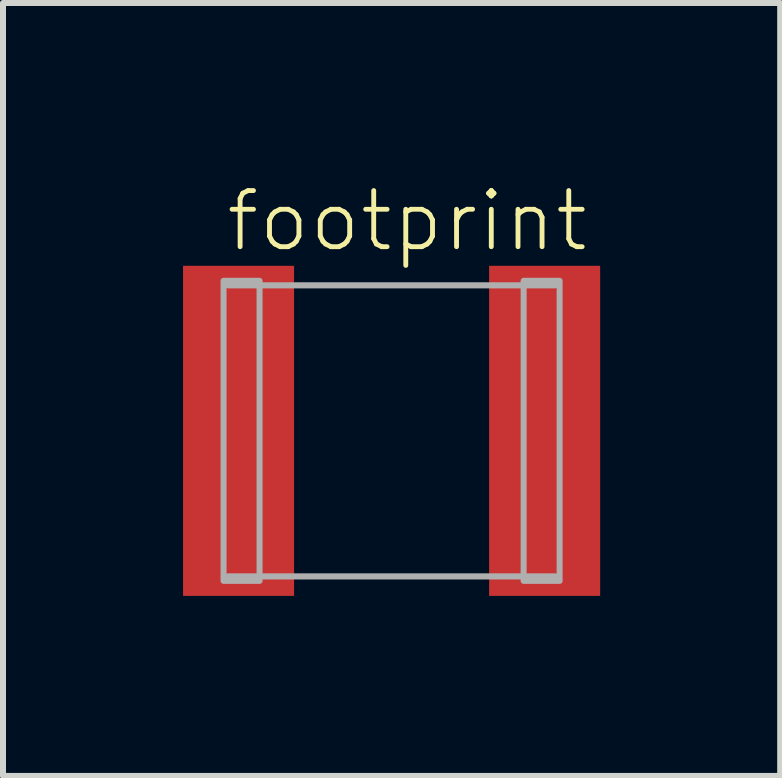
<source format=kicad_pcb>
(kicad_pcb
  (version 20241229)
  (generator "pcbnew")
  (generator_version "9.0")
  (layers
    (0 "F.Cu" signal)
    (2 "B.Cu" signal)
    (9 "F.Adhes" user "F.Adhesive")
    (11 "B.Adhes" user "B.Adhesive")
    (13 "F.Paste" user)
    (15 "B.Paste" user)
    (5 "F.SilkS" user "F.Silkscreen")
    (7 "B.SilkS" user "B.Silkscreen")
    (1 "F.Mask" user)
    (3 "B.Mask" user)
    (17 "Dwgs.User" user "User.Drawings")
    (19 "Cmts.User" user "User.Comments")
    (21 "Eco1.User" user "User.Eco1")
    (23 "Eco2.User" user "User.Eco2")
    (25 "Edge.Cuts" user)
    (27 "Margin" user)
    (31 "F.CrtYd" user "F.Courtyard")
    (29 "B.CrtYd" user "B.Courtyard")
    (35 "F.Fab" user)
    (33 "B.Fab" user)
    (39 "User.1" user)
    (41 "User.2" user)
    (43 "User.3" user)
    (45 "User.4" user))
  (footprint "footprint"
    (layer "F.Cu")
    (at 3.475 4.129)
    (property "Reference" "footprint" (at -2.8 -2.95 0) (layer "F.SilkS") (effects (font (size 0.935 0.935) (thickness 0.081)) (justify left bottom)))
    (fp_line (start -2.725 -2.425) (end 2.725 -2.425) (stroke (width 0.102) (type solid)) (layer "F.Fab"))
    (fp_line (start 2.725 2.425) (end -2.725 2.425) (stroke (width 0.102) (type solid)) (layer "F.Fab"))
    (fp_poly (pts (xy -2.8 2.5) (xy -2.2 2.5) (xy -2.2 -2.5) (xy -2.8 -2.5)) (stroke (width 0.1) (type solid)) (fill no) (layer "F.Fab"))
    (fp_poly (pts (xy 2.2 2.5) (xy 2.8 2.5) (xy 2.8 -2.5) (xy 2.2 -2.5)) (stroke (width 0.1) (type solid)) (fill no) (layer "F.Fab"))
    (pad "1" smd rect (at -2.55 0) (size 1.85 5.5) (layers "F.Cu" "F.Mask" "F.Paste"))
    (pad "2" smd rect (at 2.55 0) (size 1.85 5.5) (layers "F.Cu" "F.Mask" "F.Paste")))
  (gr_rect
    (start -3 -3)
    (end 9.95 9.879)
    (stroke (width 0.1) (type default))
    (fill no)
    (layer "Edge.Cuts")))
</source>
